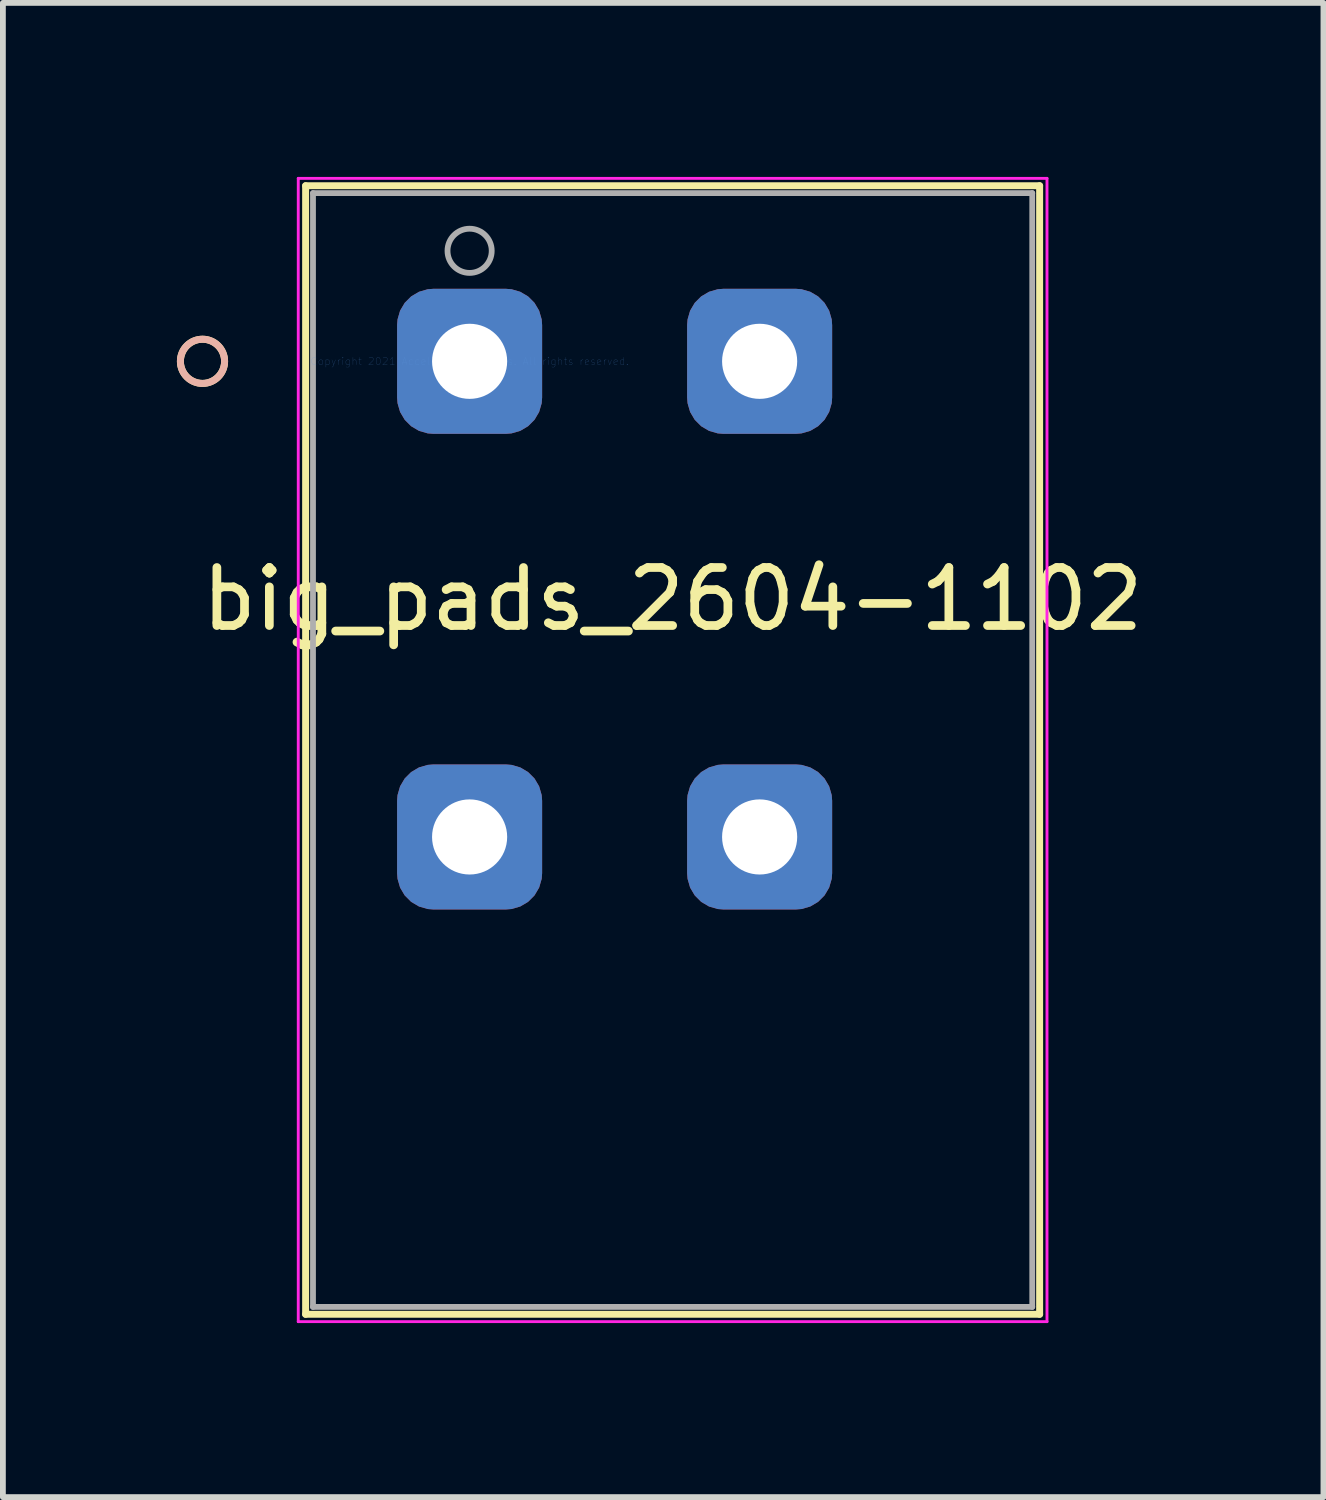
<source format=kicad_pcb>
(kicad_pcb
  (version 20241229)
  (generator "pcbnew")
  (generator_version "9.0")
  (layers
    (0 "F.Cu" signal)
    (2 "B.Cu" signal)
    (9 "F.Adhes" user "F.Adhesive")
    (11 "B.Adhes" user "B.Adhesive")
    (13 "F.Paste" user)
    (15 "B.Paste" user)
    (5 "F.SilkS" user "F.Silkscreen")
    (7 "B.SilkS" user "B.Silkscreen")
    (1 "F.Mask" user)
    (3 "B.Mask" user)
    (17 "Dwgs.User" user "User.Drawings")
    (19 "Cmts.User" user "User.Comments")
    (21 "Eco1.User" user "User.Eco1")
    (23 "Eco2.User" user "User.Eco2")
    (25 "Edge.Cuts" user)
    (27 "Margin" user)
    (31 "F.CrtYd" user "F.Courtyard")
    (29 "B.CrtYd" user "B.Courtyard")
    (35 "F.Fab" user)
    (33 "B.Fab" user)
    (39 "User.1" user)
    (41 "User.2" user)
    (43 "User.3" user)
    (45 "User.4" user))
  (footprint "big_pads_2604-1102"
    (layer "F.Cu")
    (at 5.046 3.179)
    (property "Reference" "big_pads_2604-1102" (at 3.5 4.1 0) (layer "F.SilkS") (effects (font (size 1 1) (thickness 0.15))))
    (attr through_hole)
    (fp_line (start -2.827 -3.027) (end -2.827 16.429) (stroke (width 0.12) (type solid)) (layer "F.SilkS"))
    (fp_line (start -2.827 16.429) (end 9.827 16.429) (stroke (width 0.12) (type solid)) (layer "F.SilkS"))
    (fp_line (start 9.827 -3.027) (end -2.827 -3.027) (stroke (width 0.12) (type solid)) (layer "F.SilkS"))
    (fp_line (start 9.827 16.429) (end 9.827 -3.027) (stroke (width 0.12) (type solid)) (layer "F.SilkS"))
    (fp_circle (center -4.605 0) (end -4.224 0) (stroke (width 0.12) (type solid)) (fill no) (layer "F.SilkS"))
    (fp_circle (center -4.605 0) (end -4.224 0) (stroke (width 0.12) (type solid)) (fill no) (layer "B.SilkS"))
    (fp_line (start -2.954 -3.154) (end -2.954 16.556) (stroke (width 0.05) (type solid)) (layer "F.CrtYd"))
    (fp_line (start -2.954 16.556) (end 9.954 16.556) (stroke (width 0.05) (type solid)) (layer "F.CrtYd"))
    (fp_line (start 9.954 -3.154) (end -2.954 -3.154) (stroke (width 0.05) (type solid)) (layer "F.CrtYd"))
    (fp_line (start 9.954 16.556) (end 9.954 -3.154) (stroke (width 0.05) (type solid)) (layer "F.CrtYd"))
    (fp_line (start -2.7 -2.9) (end -2.7 16.302) (stroke (width 0.1) (type solid)) (layer "F.Fab"))
    (fp_line (start -2.7 16.302) (end 9.7 16.302) (stroke (width 0.1) (type solid)) (layer "F.Fab"))
    (fp_line (start 9.7 -2.9) (end -2.7 -2.9) (stroke (width 0.1) (type solid)) (layer "F.Fab"))
    (fp_line (start 9.7 16.302) (end 9.7 -2.9) (stroke (width 0.1) (type solid)) (layer "F.Fab"))
    (fp_circle (center 0 -1.905) (end 0.381 -1.905) (stroke (width 0.1) (type solid)) (fill no) (layer "F.Fab"))
    (fp_text user "*" (at 0 0 0) (layer "F.SilkS") (effects (font (size 1 1) (thickness 0.15))))
    (fp_text user "Copyright 2021 Accelerated Designs. All rights reserved." (at 0 0 0) (layer "Cmts.User") (effects (font (size 0.127 0.127) (thickness 0.002))))
    (fp_text user "*" (at 0 0 0) (layer "F.Fab") (effects (font (size 1 1) (thickness 0.15))))
    (pad "1" thru_hole roundrect (at 0 0) (size 2.5 2.5) (drill 1.295) (layers "*.Cu" "*.Mask") (roundrect_rratio 0.25))
    (pad "2" thru_hole roundrect (at 0 8.2) (size 2.5 2.5) (drill 1.295) (layers "*.Cu" "*.Mask") (roundrect_rratio 0.25))
    (pad "3" thru_hole roundrect (at 5 0) (size 2.5 2.5) (drill 1.295) (layers "*.Cu" "*.Mask") (roundrect_rratio 0.25))
    (pad "4" thru_hole roundrect (at 5 8.2) (size 2.5 2.5) (drill 1.295) (layers "*.Cu" "*.Mask") (roundrect_rratio 0.25)))
  (gr_rect
    (start -3 -3)
    (end 19.766 22.76)
    (stroke (width 0.1) (type default))
    (fill no)
    (layer "Edge.Cuts")))
</source>
